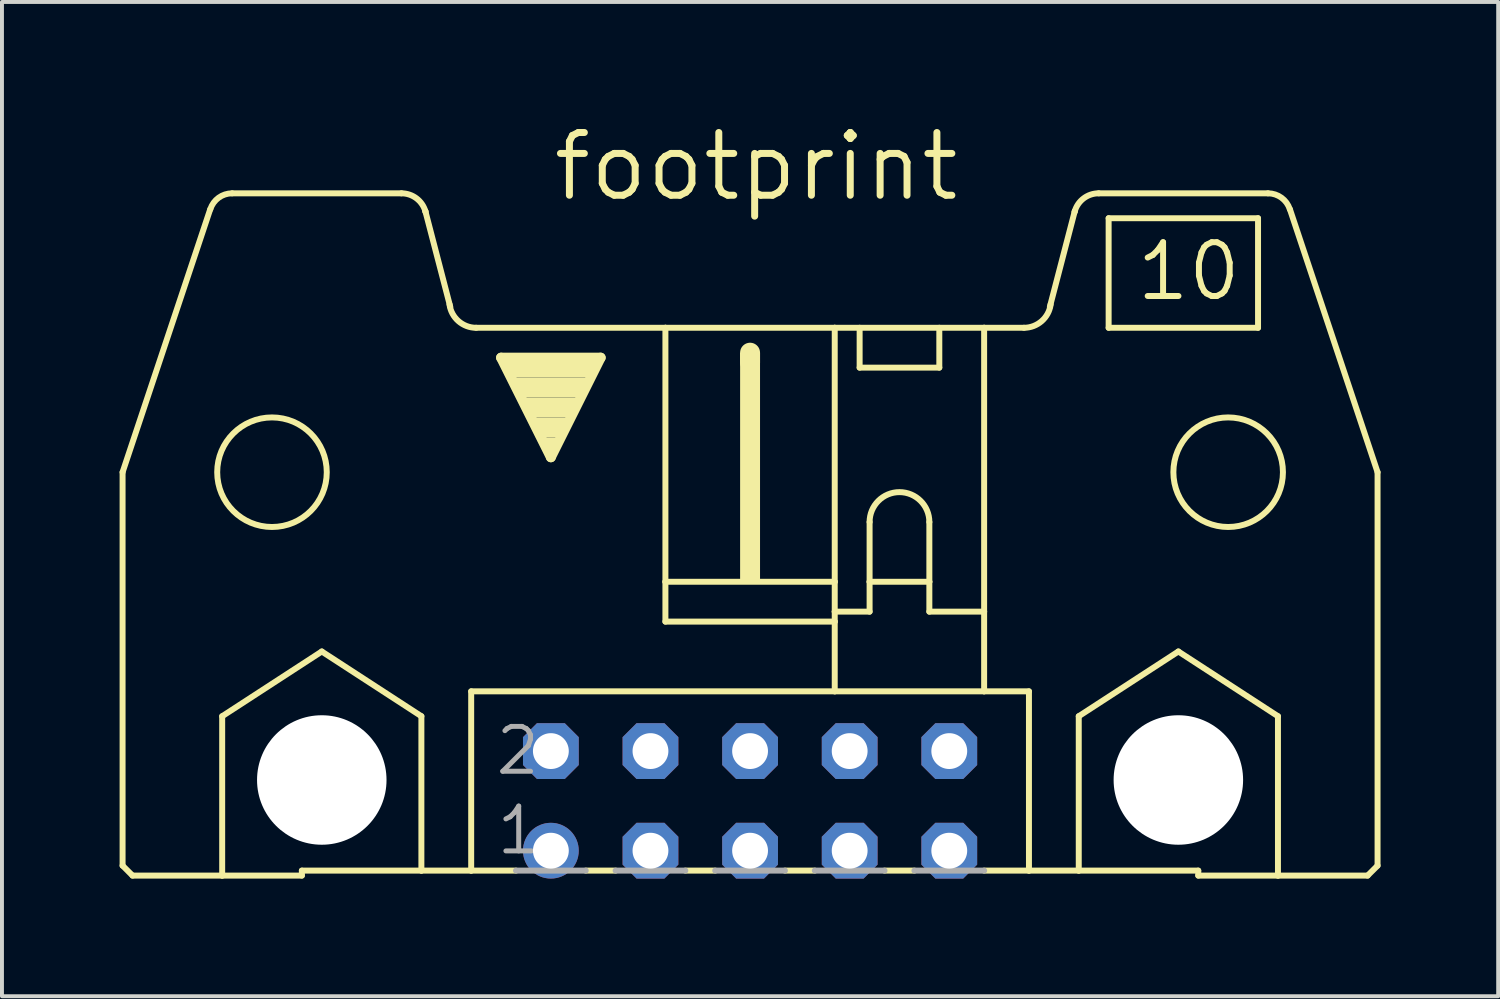
<source format=kicad_pcb>
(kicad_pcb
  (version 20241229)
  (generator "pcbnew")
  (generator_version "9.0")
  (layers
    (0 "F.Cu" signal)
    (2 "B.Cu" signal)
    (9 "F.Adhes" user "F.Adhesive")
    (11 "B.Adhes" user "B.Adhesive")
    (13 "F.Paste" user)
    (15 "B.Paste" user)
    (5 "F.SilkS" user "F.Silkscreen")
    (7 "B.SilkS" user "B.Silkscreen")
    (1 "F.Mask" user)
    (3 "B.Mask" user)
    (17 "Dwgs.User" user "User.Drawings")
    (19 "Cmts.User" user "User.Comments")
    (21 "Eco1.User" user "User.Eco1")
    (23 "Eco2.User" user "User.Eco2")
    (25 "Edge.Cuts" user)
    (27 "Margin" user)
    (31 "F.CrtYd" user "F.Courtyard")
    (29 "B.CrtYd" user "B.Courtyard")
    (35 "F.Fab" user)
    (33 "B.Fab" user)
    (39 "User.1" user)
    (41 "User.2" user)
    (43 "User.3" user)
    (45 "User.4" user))
  (footprint "footprint"
    (layer "F.Cu")
    (at 16.078 17.374)
    (property "Reference" "footprint" (at -5.105 -15.24 0) (layer "F.SilkS") (effects (font (size 1.6 1.6) (thickness 0.178)) (justify left bottom)))
    (fp_line (start -16.002 1.651) (end -16.002 -8.382) (stroke (width 0.152) (type solid)) (layer "F.SilkS"))
    (fp_line (start -16.002 1.651) (end -15.748 1.905) (stroke (width 0.152) (type solid)) (layer "F.SilkS"))
    (fp_line (start -15.748 1.905) (end -13.462 1.905) (stroke (width 0.152) (type solid)) (layer "F.SilkS"))
    (fp_line (start -13.767 -15.088) (end -16.002 -8.382) (stroke (width 0.152) (type solid)) (layer "F.SilkS"))
    (fp_line (start -13.462 -2.159) (end -10.922 -3.81) (stroke (width 0.152) (type solid)) (layer "F.SilkS"))
    (fp_line (start -13.462 1.905) (end -13.462 -2.159) (stroke (width 0.152) (type solid)) (layer "F.SilkS"))
    (fp_line (start -13.462 1.905) (end -11.43 1.905) (stroke (width 0.152) (type solid)) (layer "F.SilkS"))
    (fp_line (start -11.43 1.778) (end -11.43 1.905) (stroke (width 0.152) (type solid)) (layer "F.SilkS"))
    (fp_line (start -11.43 1.778) (end -8.382 1.778) (stroke (width 0.152) (type solid)) (layer "F.SilkS"))
    (fp_line (start -10.922 -3.81) (end -8.382 -2.159) (stroke (width 0.152) (type solid)) (layer "F.SilkS"))
    (fp_line (start -8.89 -15.494) (end -13.208 -15.494) (stroke (width 0.152) (type solid)) (layer "F.SilkS"))
    (fp_line (start -8.382 1.778) (end -8.382 -2.159) (stroke (width 0.152) (type solid)) (layer "F.SilkS"))
    (fp_line (start -8.382 1.778) (end -7.112 1.778) (stroke (width 0.152) (type solid)) (layer "F.SilkS"))
    (fp_line (start -7.645 -12.598) (end -8.28 -15.037) (stroke (width 0.152) (type solid)) (layer "F.SilkS"))
    (fp_line (start -7.112 -2.794) (end -7.112 1.778) (stroke (width 0.152) (type solid)) (layer "F.SilkS"))
    (fp_line (start -7.112 1.778) (end -5.969 1.778) (stroke (width 0.152) (type solid)) (layer "F.SilkS"))
    (fp_line (start -6.985 -12.065) (end -2.159 -12.065) (stroke (width 0.152) (type solid)) (layer "F.SilkS"))
    (fp_line (start -6.35 -11.303) (end -3.81 -11.303) (stroke (width 0.254) (type solid)) (layer "F.SilkS"))
    (fp_line (start -5.08 -8.763) (end -6.35 -11.303) (stroke (width 0.254) (type solid)) (layer "F.SilkS"))
    (fp_line (start -4.191 1.778) (end -3.429 1.778) (stroke (width 0.152) (type solid)) (layer "F.SilkS"))
    (fp_line (start -3.81 -11.303) (end -5.08 -8.763) (stroke (width 0.254) (type solid)) (layer "F.SilkS"))
    (fp_line (start -2.159 -12.065) (end -2.159 -5.588) (stroke (width 0.152) (type solid)) (layer "F.SilkS"))
    (fp_line (start -2.159 -12.065) (end 2.159 -12.065) (stroke (width 0.152) (type solid)) (layer "F.SilkS"))
    (fp_line (start -2.159 -5.588) (end -2.159 -4.572) (stroke (width 0.152) (type solid)) (layer "F.SilkS"))
    (fp_line (start -1.651 1.778) (end -0.889 1.778) (stroke (width 0.152) (type solid)) (layer "F.SilkS"))
    (fp_line (start 0 -11.176) (end 0 -11.43) (stroke (width 0.508) (type solid)) (layer "F.SilkS"))
    (fp_line (start 0.889 1.778) (end 1.651 1.778) (stroke (width 0.152) (type solid)) (layer "F.SilkS"))
    (fp_line (start 2.159 -12.065) (end 2.159 -5.588) (stroke (width 0.152) (type solid)) (layer "F.SilkS"))
    (fp_line (start 2.159 -12.065) (end 5.969 -12.065) (stroke (width 0.152) (type solid)) (layer "F.SilkS"))
    (fp_line (start 2.159 -5.588) (end -2.159 -5.588) (stroke (width 0.152) (type solid)) (layer "F.SilkS"))
    (fp_line (start 2.159 -5.588) (end 2.159 -4.826) (stroke (width 0.152) (type solid)) (layer "F.SilkS"))
    (fp_line (start 2.159 -4.826) (end 2.159 -4.572) (stroke (width 0.152) (type solid)) (layer "F.SilkS"))
    (fp_line (start 2.159 -4.826) (end 3.048 -4.826) (stroke (width 0.152) (type solid)) (layer "F.SilkS"))
    (fp_line (start 2.159 -4.572) (end -2.159 -4.572) (stroke (width 0.152) (type solid)) (layer "F.SilkS"))
    (fp_line (start 2.159 -4.572) (end 2.159 -2.794) (stroke (width 0.152) (type solid)) (layer "F.SilkS"))
    (fp_line (start 2.159 -2.794) (end -7.112 -2.794) (stroke (width 0.152) (type solid)) (layer "F.SilkS"))
    (fp_line (start 2.794 -11.049) (end 2.794 -12.065) (stroke (width 0.152) (type solid)) (layer "F.SilkS"))
    (fp_line (start 2.794 -11.049) (end 4.826 -11.049) (stroke (width 0.152) (type solid)) (layer "F.SilkS"))
    (fp_line (start 3.048 -7.112) (end 3.048 -5.588) (stroke (width 0.152) (type solid)) (layer "F.SilkS"))
    (fp_line (start 3.048 -5.588) (end 3.048 -4.826) (stroke (width 0.152) (type solid)) (layer "F.SilkS"))
    (fp_line (start 3.048 -5.588) (end 4.572 -5.588) (stroke (width 0.152) (type solid)) (layer "F.SilkS"))
    (fp_line (start 3.429 1.778) (end 4.191 1.778) (stroke (width 0.152) (type solid)) (layer "F.SilkS"))
    (fp_line (start 4.572 -7.112) (end 4.572 -5.588) (stroke (width 0.152) (type solid)) (layer "F.SilkS"))
    (fp_line (start 4.572 -5.588) (end 4.572 -4.826) (stroke (width 0.152) (type solid)) (layer "F.SilkS"))
    (fp_line (start 4.572 -4.826) (end 5.969 -4.826) (stroke (width 0.152) (type solid)) (layer "F.SilkS"))
    (fp_line (start 4.826 -12.065) (end 4.826 -11.049) (stroke (width 0.152) (type solid)) (layer "F.SilkS"))
    (fp_line (start 5.969 -12.065) (end 6.985 -12.065) (stroke (width 0.152) (type solid)) (layer "F.SilkS"))
    (fp_line (start 5.969 -4.826) (end 5.969 -12.065) (stroke (width 0.152) (type solid)) (layer "F.SilkS"))
    (fp_line (start 5.969 -4.826) (end 5.969 -2.794) (stroke (width 0.152) (type solid)) (layer "F.SilkS"))
    (fp_line (start 5.969 -2.794) (end 2.159 -2.794) (stroke (width 0.152) (type solid)) (layer "F.SilkS"))
    (fp_line (start 7.112 -2.794) (end 5.969 -2.794) (stroke (width 0.152) (type solid)) (layer "F.SilkS"))
    (fp_line (start 7.112 -2.794) (end 7.112 1.778) (stroke (width 0.152) (type solid)) (layer "F.SilkS"))
    (fp_line (start 7.112 1.778) (end 5.969 1.778) (stroke (width 0.152) (type solid)) (layer "F.SilkS"))
    (fp_line (start 7.645 -12.598) (end 8.28 -15.037) (stroke (width 0.152) (type solid)) (layer "F.SilkS"))
    (fp_line (start 8.382 -2.159) (end 10.922 -3.81) (stroke (width 0.152) (type solid)) (layer "F.SilkS"))
    (fp_line (start 8.382 1.778) (end 7.112 1.778) (stroke (width 0.152) (type solid)) (layer "F.SilkS"))
    (fp_line (start 8.382 1.778) (end 8.382 -2.159) (stroke (width 0.152) (type solid)) (layer "F.SilkS"))
    (fp_line (start 8.89 -15.494) (end 13.208 -15.494) (stroke (width 0.152) (type solid)) (layer "F.SilkS"))
    (fp_line (start 9.144 -14.859) (end 9.144 -12.065) (stroke (width 0.152) (type solid)) (layer "F.SilkS"))
    (fp_line (start 9.144 -12.065) (end 12.954 -12.065) (stroke (width 0.152) (type solid)) (layer "F.SilkS"))
    (fp_line (start 10.922 -3.81) (end 13.462 -2.159) (stroke (width 0.152) (type solid)) (layer "F.SilkS"))
    (fp_line (start 11.43 1.778) (end 8.382 1.778) (stroke (width 0.152) (type solid)) (layer "F.SilkS"))
    (fp_line (start 11.43 1.778) (end 11.43 1.905) (stroke (width 0.152) (type solid)) (layer "F.SilkS"))
    (fp_line (start 12.954 -14.859) (end 9.144 -14.859) (stroke (width 0.152) (type solid)) (layer "F.SilkS"))
    (fp_line (start 12.954 -14.859) (end 12.954 -12.065) (stroke (width 0.152) (type solid)) (layer "F.SilkS"))
    (fp_line (start 13.462 1.905) (end 11.43 1.905) (stroke (width 0.152) (type solid)) (layer "F.SilkS"))
    (fp_line (start 13.462 1.905) (end 13.462 -2.159) (stroke (width 0.152) (type solid)) (layer "F.SilkS"))
    (fp_line (start 13.767 -15.088) (end 16.002 -8.382) (stroke (width 0.152) (type solid)) (layer "F.SilkS"))
    (fp_line (start 15.748 1.905) (end 13.462 1.905) (stroke (width 0.152) (type solid)) (layer "F.SilkS"))
    (fp_line (start 16.002 1.651) (end 15.748 1.905) (stroke (width 0.152) (type solid)) (layer "F.SilkS"))
    (fp_line (start 16.002 1.651) (end 16.002 -8.382) (stroke (width 0.152) (type solid)) (layer "F.SilkS"))
    (fp_arc (start -13.7644 -15.0878) (mid -13.552453 -15.38168) (end -13.207999 -15.494101) (stroke (width 0.1524) (type solid)) (layer "F.SilkS"))
    (fp_arc (start -8.89 -15.494) (mid -8.508999 -15.367) (end -8.280399 -15.036799) (stroke (width 0.1524) (type solid)) (layer "F.SilkS"))
    (fp_arc (start -8.2804 -15.0368) (mid -8.277084 -15.024931) (end -8.274 -15.013) (stroke (width 0.1524) (type solid)) (layer "F.SilkS"))
    (fp_arc (start -6.984999 -12.064999) (mid -7.436774 -12.234823) (end -7.6648 -12.6602) (stroke (width 0.1524) (type solid)) (layer "F.SilkS"))
    (fp_arc (start 3.048 -7.112) (mid 3.81 -7.874) (end 4.572 -7.112) (stroke (width 0.1524) (type solid)) (layer "F.SilkS"))
    (fp_arc (start 7.664799 -12.660201) (mid 7.436774 -12.234825) (end 6.985 -12.065) (stroke (width 0.1524) (type solid)) (layer "F.SilkS"))
    (fp_arc (start 8.274 -15.013) (mid 8.277084 -15.024931) (end 8.2804 -15.0368) (stroke (width 0.1524) (type solid)) (layer "F.SilkS"))
    (fp_arc (start 8.2804 -15.0368) (mid 8.509001 -15.367) (end 8.890001 -15.493999) (stroke (width 0.1524) (type solid)) (layer "F.SilkS"))
    (fp_arc (start 13.208 -15.494) (mid 13.552385 -15.381609) (end 13.7643 -15.087799) (stroke (width 0.1524) (type solid)) (layer "F.SilkS"))
    (fp_circle (center -12.192 -8.382) (end -10.795 -8.382) (stroke (width 0.152) (type solid)) (fill no) (layer "F.SilkS"))
    (fp_circle (center -10.922 -0.533) (end -9.601 -0.533) (stroke (width 0.152) (type solid)) (fill no) (layer "F.SilkS"))
    (fp_circle (center 10.922 -0.533) (end 12.243 -0.533) (stroke (width 0.152) (type solid)) (fill no) (layer "F.SilkS"))
    (fp_circle (center 12.192 -8.382) (end 13.589 -8.382) (stroke (width 0.152) (type solid)) (fill no) (layer "F.SilkS"))
    (fp_poly (pts (xy -6.223 -10.795) (xy -3.937 -10.795) (xy -3.937 -11.303) (xy -6.223 -11.303)) (stroke (width 0) (type solid)) (fill yes) (layer "F.SilkS"))
    (fp_poly (pts (xy -5.969 -10.287) (xy -4.191 -10.287) (xy -4.191 -10.795) (xy -5.969 -10.795)) (stroke (width 0) (type solid)) (fill yes) (layer "F.SilkS"))
    (fp_poly (pts (xy -5.715 -9.779) (xy -4.445 -9.779) (xy -4.445 -10.287) (xy -5.715 -10.287)) (stroke (width 0) (type solid)) (fill yes) (layer "F.SilkS"))
    (fp_poly (pts (xy -5.461 -9.271) (xy -4.699 -9.271) (xy -4.699 -9.779) (xy -5.461 -9.779)) (stroke (width 0) (type solid)) (fill yes) (layer "F.SilkS"))
    (fp_poly (pts (xy -5.207 -9.017) (xy -4.953 -9.017) (xy -4.953 -9.271) (xy -5.207 -9.271)) (stroke (width 0) (type solid)) (fill yes) (layer "F.SilkS"))
    (fp_poly (pts (xy -0.254 -5.588) (xy 0.254 -5.588) (xy 0.254 -11.43) (xy -0.254 -11.43)) (stroke (width 0) (type solid)) (fill yes) (layer "F.SilkS"))
    (fp_line (start -5.969 1.778) (end -4.191 1.778) (stroke (width 0.152) (type solid)) (layer "F.Fab"))
    (fp_line (start -3.429 1.778) (end -1.651 1.778) (stroke (width 0.152) (type solid)) (layer "F.Fab"))
    (fp_line (start -0.889 1.778) (end 0.889 1.778) (stroke (width 0.152) (type solid)) (layer "F.Fab"))
    (fp_line (start 1.651 1.778) (end 3.429 1.778) (stroke (width 0.152) (type solid)) (layer "F.Fab"))
    (fp_line (start 5.969 1.778) (end 4.191 1.778) (stroke (width 0.152) (type solid)) (layer "F.Fab"))
    (fp_text user "10" (at 9.779 -12.7 0) (layer "F.SilkS") (effects (font (size 1.372 1.372) (thickness 0.152)) (justify left bottom)))
    (fp_text user "2" (at -6.553 -0.61 0) (layer "F.Fab") (effects (font (size 1.143 1.143) (thickness 0.127)) (justify left bottom)))
    (fp_text user "1" (at -6.528 1.422 0) (layer "F.Fab") (effects (font (size 1.143 1.143) (thickness 0.127)) (justify left bottom)))
    (pad "" np_thru_hole circle (at -10.922 -0.533) (size 3.302 3.302) (drill 3.302) (layers "*.Cu" "*.Mask"))
    (pad "" np_thru_hole circle (at 10.922 -0.533) (size 3.302 3.302) (drill 3.302) (layers "*.Cu" "*.Mask"))
    (pad "1" thru_hole circle (at -5.08 1.27) (size 1.422 1.422) (drill 0.914) (layers "*.Cu" "*.Mask"))
    (pad "2" thru_hole roundrect (at -5.08 -1.27) (size 1.422 1.422) (drill 0.914) (layers "*.Cu" "*.Mask") (roundrect_rratio 0.25) (chamfer_ratio 0.25) (chamfer top_left top_right bottom_left bottom_right))
    (pad "3" thru_hole roundrect (at -2.54 1.27) (size 1.422 1.422) (drill 0.914) (layers "*.Cu" "*.Mask") (roundrect_rratio 0.25) (chamfer_ratio 0.25) (chamfer top_left top_right bottom_left bottom_right))
    (pad "4" thru_hole roundrect (at -2.54 -1.27) (size 1.422 1.422) (drill 0.914) (layers "*.Cu" "*.Mask") (roundrect_rratio 0.25) (chamfer_ratio 0.25) (chamfer top_left top_right bottom_left bottom_right))
    (pad "5" thru_hole roundrect (at 0 1.27) (size 1.422 1.422) (drill 0.914) (layers "*.Cu" "*.Mask") (roundrect_rratio 0.25) (chamfer_ratio 0.25) (chamfer top_left top_right bottom_left bottom_right))
    (pad "6" thru_hole roundrect (at 0 -1.27) (size 1.422 1.422) (drill 0.914) (layers "*.Cu" "*.Mask") (roundrect_rratio 0.25) (chamfer_ratio 0.25) (chamfer top_left top_right bottom_left bottom_right))
    (pad "7" thru_hole roundrect (at 2.54 1.27) (size 1.422 1.422) (drill 0.914) (layers "*.Cu" "*.Mask") (roundrect_rratio 0.25) (chamfer_ratio 0.25) (chamfer top_left top_right bottom_left bottom_right))
    (pad "8" thru_hole roundrect (at 2.54 -1.27) (size 1.422 1.422) (drill 0.914) (layers "*.Cu" "*.Mask") (roundrect_rratio 0.25) (chamfer_ratio 0.25) (chamfer top_left top_right bottom_left bottom_right))
    (pad "9" thru_hole roundrect (at 5.08 1.27) (size 1.422 1.422) (drill 0.914) (layers "*.Cu" "*.Mask") (roundrect_rratio 0.25) (chamfer_ratio 0.25) (chamfer top_left top_right bottom_left bottom_right))
    (pad "10" thru_hole roundrect (at 5.08 -1.27) (size 1.422 1.422) (drill 0.914) (layers "*.Cu" "*.Mask") (roundrect_rratio 0.25) (chamfer_ratio 0.25) (chamfer top_left top_right bottom_left bottom_right))
    (zone (net_name "") (layers "F.Cu" "B.Cu") (hatch edge 0.508) (connect_pads) (min_thickness 0.254) (filled_areas_thickness no) (keepout (tracks allowed) (vias not_allowed) (pads allowed) (copperpour allowed) (footprints allowed)) (placement (enabled no)) (fill) (polygon (pts (xy 7.442 16.84) (xy 7.407 16.443) (xy 7.304 16.058) (xy 7.136 15.697) (xy 6.907 15.371) (xy 6.626 15.089) (xy 6.299 14.86) (xy 5.938 14.692) (xy 5.553 14.589) (xy 5.156 14.554) (xy 4.759 14.589) (xy 4.374 14.692) (xy 4.013 14.86) (xy 3.687 15.089) (xy 3.405 15.371) (xy 3.176 15.697) (xy 3.008 16.058) (xy 2.905 16.443) (xy 2.87 16.84) (xy 2.905 17.237) (xy 3.008 17.622) (xy 3.176 17.983) (xy 3.405 18.31) (xy 3.687 18.591) (xy 4.013 18.82) (xy 4.374 18.988) (xy 4.759 19.091) (xy 5.156 19.126) (xy 5.553 19.091) (xy 5.938 18.988) (xy 6.299 18.82) (xy 6.626 18.591) (xy 6.907 18.31) (xy 7.136 17.983) (xy 7.304 17.622) (xy 7.407 17.237))))
    (zone (net_name "") (layers "F.Cu" "B.Cu") (hatch edge 0.508) (connect_pads) (min_thickness 0.254) (filled_areas_thickness no) (keepout (tracks allowed) (vias not_allowed) (pads allowed) (copperpour allowed) (footprints allowed)) (placement (enabled no)) (fill) (polygon (pts (xy 29.286 16.84) (xy 29.251 16.443) (xy 29.148 16.058) (xy 28.98 15.697) (xy 28.751 15.371) (xy 28.47 15.089) (xy 28.143 14.86) (xy 27.782 14.692) (xy 27.397 14.589) (xy 27 14.554) (xy 26.603 14.589) (xy 26.218 14.692) (xy 25.857 14.86) (xy 25.531 15.089) (xy 25.249 15.371) (xy 25.02 15.697) (xy 24.852 16.058) (xy 24.749 16.443) (xy 24.714 16.84) (xy 24.749 17.237) (xy 24.852 17.622) (xy 25.02 17.983) (xy 25.249 18.31) (xy 25.531 18.591) (xy 25.857 18.82) (xy 26.218 18.988) (xy 26.603 19.091) (xy 27 19.126) (xy 27.397 19.091) (xy 27.782 18.988) (xy 28.143 18.82) (xy 28.47 18.591) (xy 28.751 18.31) (xy 28.98 17.983) (xy 29.148 17.622) (xy 29.251 17.237))))
    (zone (net_name "") (layer "B.Cu") (hatch edge 0.508) (connect_pads) (min_thickness 0.254) (filled_areas_thickness no) (keepout (tracks not_allowed) (vias not_allowed) (pads not_allowed) (copperpour not_allowed) (footprints allowed)) (placement (enabled no)) (fill) (polygon (pts (xy 7.442 16.84) (xy 7.407 16.443) (xy 7.304 16.058) (xy 7.136 15.697) (xy 6.907 15.371) (xy 6.626 15.089) (xy 6.299 14.86) (xy 5.938 14.692) (xy 5.553 14.589) (xy 5.156 14.554) (xy 4.759 14.589) (xy 4.374 14.692) (xy 4.013 14.86) (xy 3.687 15.089) (xy 3.405 15.371) (xy 3.176 15.697) (xy 3.008 16.058) (xy 2.905 16.443) (xy 2.87 16.84) (xy 2.905 17.237) (xy 3.008 17.622) (xy 3.176 17.983) (xy 3.405 18.31) (xy 3.687 18.591) (xy 4.013 18.82) (xy 4.374 18.988) (xy 4.759 19.091) (xy 5.156 19.126) (xy 5.553 19.091) (xy 5.938 18.988) (xy 6.299 18.82) (xy 6.626 18.591) (xy 6.907 18.31) (xy 7.136 17.983) (xy 7.304 17.622) (xy 7.407 17.237))))
    (zone (net_name "") (layer "B.Cu") (hatch edge 0.508) (connect_pads) (min_thickness 0.254) (filled_areas_thickness no) (keepout (tracks not_allowed) (vias not_allowed) (pads not_allowed) (copperpour not_allowed) (footprints allowed)) (placement (enabled no)) (fill) (polygon (pts (xy 29.286 16.84) (xy 29.251 16.443) (xy 29.148 16.058) (xy 28.98 15.697) (xy 28.751 15.371) (xy 28.47 15.089) (xy 28.143 14.86) (xy 27.782 14.692) (xy 27.397 14.589) (xy 27 14.554) (xy 26.603 14.589) (xy 26.218 14.692) (xy 25.857 14.86) (xy 25.531 15.089) (xy 25.249 15.371) (xy 25.02 15.697) (xy 24.852 16.058) (xy 24.749 16.443) (xy 24.714 16.84) (xy 24.749 17.237) (xy 24.852 17.622) (xy 25.02 17.983) (xy 25.249 18.31) (xy 25.531 18.591) (xy 25.857 18.82) (xy 26.218 18.988) (xy 26.603 19.091) (xy 27 19.126) (xy 27.397 19.091) (xy 27.782 18.988) (xy 28.143 18.82) (xy 28.47 18.591) (xy 28.751 18.31) (xy 28.98 17.983) (xy 29.148 17.622) (xy 29.251 17.237)))))
  (gr_rect
    (start -3 -3)
    (end 35.156 22.355)
    (stroke (width 0.1) (type default))
    (fill no)
    (layer "Edge.Cuts")))
</source>
